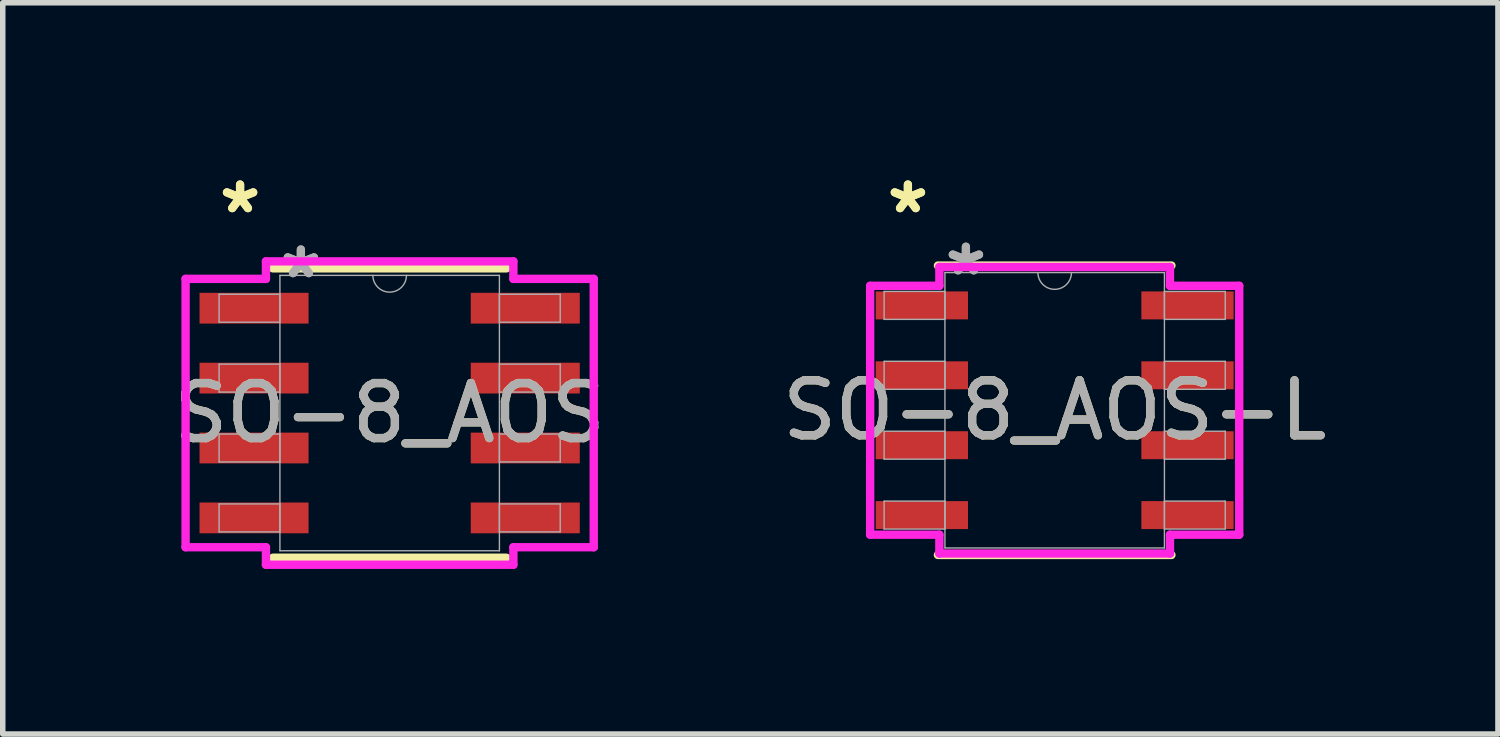
<source format=kicad_pcb>
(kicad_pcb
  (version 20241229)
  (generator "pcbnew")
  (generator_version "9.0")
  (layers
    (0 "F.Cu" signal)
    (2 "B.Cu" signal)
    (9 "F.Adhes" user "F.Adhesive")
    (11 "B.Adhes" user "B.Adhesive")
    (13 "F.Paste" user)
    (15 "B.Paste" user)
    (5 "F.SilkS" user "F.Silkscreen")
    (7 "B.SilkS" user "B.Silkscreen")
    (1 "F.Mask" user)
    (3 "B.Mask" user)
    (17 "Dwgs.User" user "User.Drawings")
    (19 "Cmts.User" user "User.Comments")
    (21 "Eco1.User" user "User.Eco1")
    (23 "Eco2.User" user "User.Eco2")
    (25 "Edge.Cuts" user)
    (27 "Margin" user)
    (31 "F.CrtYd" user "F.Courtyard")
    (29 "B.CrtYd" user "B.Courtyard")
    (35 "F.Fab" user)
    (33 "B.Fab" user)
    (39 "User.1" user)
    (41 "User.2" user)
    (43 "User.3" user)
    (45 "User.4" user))
  (footprint "SO-8_AOS"
    (layer "F.Cu")
    (at 4.03 4.455)
    (property "Reference" "SO-8_AOS" (at 0 0 0) (unlocked yes) (layer "F.SilkS") (effects (font (size 1 1) (thickness 0.15))))
    (attr smd)
    (fp_line (start -2.121 2.629) (end 2.121 2.629) (stroke (width 0.152) (type solid)) (layer "F.SilkS"))
    (fp_line (start 2.121 -2.629) (end -2.121 -2.629) (stroke (width 0.152) (type solid)) (layer "F.SilkS"))
    (fp_line (start -3.708 -2.438) (end -2.248 -2.438) (stroke (width 0.152) (type solid)) (layer "F.CrtYd"))
    (fp_line (start -3.708 2.438) (end -3.708 -2.438) (stroke (width 0.152) (type solid)) (layer "F.CrtYd"))
    (fp_line (start -3.708 2.438) (end -2.248 2.438) (stroke (width 0.152) (type solid)) (layer "F.CrtYd"))
    (fp_line (start -2.248 -2.756) (end 2.248 -2.756) (stroke (width 0.152) (type solid)) (layer "F.CrtYd"))
    (fp_line (start -2.248 -2.438) (end -2.248 -2.756) (stroke (width 0.152) (type solid)) (layer "F.CrtYd"))
    (fp_line (start -2.248 2.756) (end -2.248 2.438) (stroke (width 0.152) (type solid)) (layer "F.CrtYd"))
    (fp_line (start 2.248 -2.756) (end 2.248 -2.438) (stroke (width 0.152) (type solid)) (layer "F.CrtYd"))
    (fp_line (start 2.248 2.438) (end 2.248 2.756) (stroke (width 0.152) (type solid)) (layer "F.CrtYd"))
    (fp_line (start 2.248 2.756) (end -2.248 2.756) (stroke (width 0.152) (type solid)) (layer "F.CrtYd"))
    (fp_line (start 3.708 -2.438) (end 2.248 -2.438) (stroke (width 0.152) (type solid)) (layer "F.CrtYd"))
    (fp_line (start 3.708 -2.438) (end 3.708 2.438) (stroke (width 0.152) (type solid)) (layer "F.CrtYd"))
    (fp_line (start 3.708 2.438) (end 2.248 2.438) (stroke (width 0.152) (type solid)) (layer "F.CrtYd"))
    (fp_line (start -3.099 -2.159) (end -3.099 -1.651) (stroke (width 0.025) (type solid)) (layer "F.Fab"))
    (fp_line (start -3.099 -1.651) (end -1.994 -1.651) (stroke (width 0.025) (type solid)) (layer "F.Fab"))
    (fp_line (start -3.099 -0.889) (end -3.099 -0.381) (stroke (width 0.025) (type solid)) (layer "F.Fab"))
    (fp_line (start -3.099 -0.381) (end -1.994 -0.381) (stroke (width 0.025) (type solid)) (layer "F.Fab"))
    (fp_line (start -3.099 0.381) (end -3.099 0.889) (stroke (width 0.025) (type solid)) (layer "F.Fab"))
    (fp_line (start -3.099 0.889) (end -1.994 0.889) (stroke (width 0.025) (type solid)) (layer "F.Fab"))
    (fp_line (start -3.099 1.651) (end -3.099 2.159) (stroke (width 0.025) (type solid)) (layer "F.Fab"))
    (fp_line (start -3.099 2.159) (end -1.994 2.159) (stroke (width 0.025) (type solid)) (layer "F.Fab"))
    (fp_line (start -1.994 -2.502) (end -1.994 2.502) (stroke (width 0.025) (type solid)) (layer "F.Fab"))
    (fp_line (start -1.994 -2.159) (end -3.099 -2.159) (stroke (width 0.025) (type solid)) (layer "F.Fab"))
    (fp_line (start -1.994 -1.651) (end -1.994 -2.159) (stroke (width 0.025) (type solid)) (layer "F.Fab"))
    (fp_line (start -1.994 -0.889) (end -3.099 -0.889) (stroke (width 0.025) (type solid)) (layer "F.Fab"))
    (fp_line (start -1.994 -0.381) (end -1.994 -0.889) (stroke (width 0.025) (type solid)) (layer "F.Fab"))
    (fp_line (start -1.994 0.381) (end -3.099 0.381) (stroke (width 0.025) (type solid)) (layer "F.Fab"))
    (fp_line (start -1.994 0.889) (end -1.994 0.381) (stroke (width 0.025) (type solid)) (layer "F.Fab"))
    (fp_line (start -1.994 1.651) (end -3.099 1.651) (stroke (width 0.025) (type solid)) (layer "F.Fab"))
    (fp_line (start -1.994 2.159) (end -1.994 1.651) (stroke (width 0.025) (type solid)) (layer "F.Fab"))
    (fp_line (start -1.994 2.502) (end 1.994 2.502) (stroke (width 0.025) (type solid)) (layer "F.Fab"))
    (fp_line (start 1.994 -2.502) (end -1.994 -2.502) (stroke (width 0.025) (type solid)) (layer "F.Fab"))
    (fp_line (start 1.994 -2.159) (end 1.994 -1.651) (stroke (width 0.025) (type solid)) (layer "F.Fab"))
    (fp_line (start 1.994 -1.651) (end 3.099 -1.651) (stroke (width 0.025) (type solid)) (layer "F.Fab"))
    (fp_line (start 1.994 -0.889) (end 1.994 -0.381) (stroke (width 0.025) (type solid)) (layer "F.Fab"))
    (fp_line (start 1.994 -0.381) (end 3.099 -0.381) (stroke (width 0.025) (type solid)) (layer "F.Fab"))
    (fp_line (start 1.994 0.381) (end 1.994 0.889) (stroke (width 0.025) (type solid)) (layer "F.Fab"))
    (fp_line (start 1.994 0.889) (end 3.099 0.889) (stroke (width 0.025) (type solid)) (layer "F.Fab"))
    (fp_line (start 1.994 1.651) (end 1.994 2.159) (stroke (width 0.025) (type solid)) (layer "F.Fab"))
    (fp_line (start 1.994 2.159) (end 3.099 2.159) (stroke (width 0.025) (type solid)) (layer "F.Fab"))
    (fp_line (start 1.994 2.502) (end 1.994 -2.502) (stroke (width 0.025) (type solid)) (layer "F.Fab"))
    (fp_line (start 3.099 -2.159) (end 1.994 -2.159) (stroke (width 0.025) (type solid)) (layer "F.Fab"))
    (fp_line (start 3.099 -1.651) (end 3.099 -2.159) (stroke (width 0.025) (type solid)) (layer "F.Fab"))
    (fp_line (start 3.099 -0.889) (end 1.994 -0.889) (stroke (width 0.025) (type solid)) (layer "F.Fab"))
    (fp_line (start 3.099 -0.381) (end 3.099 -0.889) (stroke (width 0.025) (type solid)) (layer "F.Fab"))
    (fp_line (start 3.099 0.381) (end 1.994 0.381) (stroke (width 0.025) (type solid)) (layer "F.Fab"))
    (fp_line (start 3.099 0.889) (end 3.099 0.381) (stroke (width 0.025) (type solid)) (layer "F.Fab"))
    (fp_line (start 3.099 1.651) (end 1.994 1.651) (stroke (width 0.025) (type solid)) (layer "F.Fab"))
    (fp_line (start 3.099 2.159) (end 3.099 1.651) (stroke (width 0.025) (type solid)) (layer "F.Fab"))
    (fp_arc (start 0.3048 -2.5019) (mid 0 -2.1971) (end -0.3048 -2.5019) (stroke (width 0.0254) (type solid)) (layer "F.Fab"))
    (fp_text user "*" (at -2.718 -3.607 0) (layer "F.SilkS") (effects (font (size 1 1) (thickness 0.15))))
    (fp_text user "*" (at -2.718 -3.607 0) (unlocked yes) (layer "F.SilkS") (effects (font (size 1 1) (thickness 0.15))))
    (fp_text user "*" (at -1.613 -2.426 0) (unlocked yes) (layer "F.Fab") (effects (font (size 1 1) (thickness 0.15))))
    (fp_text user "*" (at -1.613 -2.426 0) (layer "F.Fab") (effects (font (size 1 1) (thickness 0.15))))
    (fp_text user "${REFERENCE}" (at 0 0 0) (unlocked yes) (layer "F.Fab") (effects (font (size 1 1) (thickness 0.15))))
    (pad "1" smd rect (at -2.464 -1.905) (size 1.981 0.559) (layers "F.Cu" "F.Mask" "F.Paste"))
    (pad "2" smd rect (at -2.464 -0.635) (size 1.981 0.559) (layers "F.Cu" "F.Mask" "F.Paste"))
    (pad "3" smd rect (at -2.464 0.635) (size 1.981 0.559) (layers "F.Cu" "F.Mask" "F.Paste"))
    (pad "4" smd rect (at -2.464 1.905) (size 1.981 0.559) (layers "F.Cu" "F.Mask" "F.Paste"))
    (pad "5" smd rect (at 2.464 1.905) (size 1.981 0.559) (layers "F.Cu" "F.Mask" "F.Paste"))
    (pad "6" smd rect (at 2.464 0.635) (size 1.981 0.559) (layers "F.Cu" "F.Mask" "F.Paste"))
    (pad "7" smd rect (at 2.464 -0.635) (size 1.981 0.559) (layers "F.Cu" "F.Mask" "F.Paste"))
    (pad "8" smd rect (at 2.464 -1.905) (size 1.981 0.559) (layers "F.Cu" "F.Mask" "F.Paste")))
  (footprint "SO-8_AOS-L"
    (layer "F.Cu")
    (at 16.113 4.404)
    (property "Reference" "SO-8_AOS-L" (at 0 0 0) (unlocked yes) (layer "F.SilkS") (effects (font (size 1 1) (thickness 0.15))))
    (attr smd)
    (fp_line (start -2.121 2.629) (end 2.121 2.629) (stroke (width 0.152) (type solid)) (layer "F.SilkS"))
    (fp_line (start 2.121 -2.629) (end -2.121 -2.629) (stroke (width 0.152) (type solid)) (layer "F.SilkS"))
    (fp_line (start -3.353 -2.261) (end -2.095 -2.261) (stroke (width 0.152) (type solid)) (layer "F.CrtYd"))
    (fp_line (start -3.353 2.261) (end -3.353 -2.261) (stroke (width 0.152) (type solid)) (layer "F.CrtYd"))
    (fp_line (start -3.353 2.261) (end -2.095 2.261) (stroke (width 0.152) (type solid)) (layer "F.CrtYd"))
    (fp_line (start -2.095 -2.603) (end 2.095 -2.603) (stroke (width 0.152) (type solid)) (layer "F.CrtYd"))
    (fp_line (start -2.095 -2.261) (end -2.095 -2.603) (stroke (width 0.152) (type solid)) (layer "F.CrtYd"))
    (fp_line (start -2.095 2.603) (end -2.095 2.261) (stroke (width 0.152) (type solid)) (layer "F.CrtYd"))
    (fp_line (start 2.095 -2.603) (end 2.095 -2.261) (stroke (width 0.152) (type solid)) (layer "F.CrtYd"))
    (fp_line (start 2.095 2.261) (end 2.095 2.603) (stroke (width 0.152) (type solid)) (layer "F.CrtYd"))
    (fp_line (start 2.095 2.603) (end -2.095 2.603) (stroke (width 0.152) (type solid)) (layer "F.CrtYd"))
    (fp_line (start 3.353 -2.261) (end 2.095 -2.261) (stroke (width 0.152) (type solid)) (layer "F.CrtYd"))
    (fp_line (start 3.353 -2.261) (end 3.353 2.261) (stroke (width 0.152) (type solid)) (layer "F.CrtYd"))
    (fp_line (start 3.353 2.261) (end 2.095 2.261) (stroke (width 0.152) (type solid)) (layer "F.CrtYd"))
    (fp_line (start -3.099 -2.159) (end -3.099 -1.651) (stroke (width 0.025) (type solid)) (layer "F.Fab"))
    (fp_line (start -3.099 -1.651) (end -1.994 -1.651) (stroke (width 0.025) (type solid)) (layer "F.Fab"))
    (fp_line (start -3.099 -0.889) (end -3.099 -0.381) (stroke (width 0.025) (type solid)) (layer "F.Fab"))
    (fp_line (start -3.099 -0.381) (end -1.994 -0.381) (stroke (width 0.025) (type solid)) (layer "F.Fab"))
    (fp_line (start -3.099 0.381) (end -3.099 0.889) (stroke (width 0.025) (type solid)) (layer "F.Fab"))
    (fp_line (start -3.099 0.889) (end -1.994 0.889) (stroke (width 0.025) (type solid)) (layer "F.Fab"))
    (fp_line (start -3.099 1.651) (end -3.099 2.159) (stroke (width 0.025) (type solid)) (layer "F.Fab"))
    (fp_line (start -3.099 2.159) (end -1.994 2.159) (stroke (width 0.025) (type solid)) (layer "F.Fab"))
    (fp_line (start -1.994 -2.502) (end -1.994 2.502) (stroke (width 0.025) (type solid)) (layer "F.Fab"))
    (fp_line (start -1.994 -2.159) (end -3.099 -2.159) (stroke (width 0.025) (type solid)) (layer "F.Fab"))
    (fp_line (start -1.994 -1.651) (end -1.994 -2.159) (stroke (width 0.025) (type solid)) (layer "F.Fab"))
    (fp_line (start -1.994 -0.889) (end -3.099 -0.889) (stroke (width 0.025) (type solid)) (layer "F.Fab"))
    (fp_line (start -1.994 -0.381) (end -1.994 -0.889) (stroke (width 0.025) (type solid)) (layer "F.Fab"))
    (fp_line (start -1.994 0.381) (end -3.099 0.381) (stroke (width 0.025) (type solid)) (layer "F.Fab"))
    (fp_line (start -1.994 0.889) (end -1.994 0.381) (stroke (width 0.025) (type solid)) (layer "F.Fab"))
    (fp_line (start -1.994 1.651) (end -3.099 1.651) (stroke (width 0.025) (type solid)) (layer "F.Fab"))
    (fp_line (start -1.994 2.159) (end -1.994 1.651) (stroke (width 0.025) (type solid)) (layer "F.Fab"))
    (fp_line (start -1.994 2.502) (end 1.994 2.502) (stroke (width 0.025) (type solid)) (layer "F.Fab"))
    (fp_line (start 1.994 -2.502) (end -1.994 -2.502) (stroke (width 0.025) (type solid)) (layer "F.Fab"))
    (fp_line (start 1.994 -2.159) (end 1.994 -1.651) (stroke (width 0.025) (type solid)) (layer "F.Fab"))
    (fp_line (start 1.994 -1.651) (end 3.099 -1.651) (stroke (width 0.025) (type solid)) (layer "F.Fab"))
    (fp_line (start 1.994 -0.889) (end 1.994 -0.381) (stroke (width 0.025) (type solid)) (layer "F.Fab"))
    (fp_line (start 1.994 -0.381) (end 3.099 -0.381) (stroke (width 0.025) (type solid)) (layer "F.Fab"))
    (fp_line (start 1.994 0.381) (end 1.994 0.889) (stroke (width 0.025) (type solid)) (layer "F.Fab"))
    (fp_line (start 1.994 0.889) (end 3.099 0.889) (stroke (width 0.025) (type solid)) (layer "F.Fab"))
    (fp_line (start 1.994 1.651) (end 1.994 2.159) (stroke (width 0.025) (type solid)) (layer "F.Fab"))
    (fp_line (start 1.994 2.159) (end 3.099 2.159) (stroke (width 0.025) (type solid)) (layer "F.Fab"))
    (fp_line (start 1.994 2.502) (end 1.994 -2.502) (stroke (width 0.025) (type solid)) (layer "F.Fab"))
    (fp_line (start 3.099 -2.159) (end 1.994 -2.159) (stroke (width 0.025) (type solid)) (layer "F.Fab"))
    (fp_line (start 3.099 -1.651) (end 3.099 -2.159) (stroke (width 0.025) (type solid)) (layer "F.Fab"))
    (fp_line (start 3.099 -0.889) (end 1.994 -0.889) (stroke (width 0.025) (type solid)) (layer "F.Fab"))
    (fp_line (start 3.099 -0.381) (end 3.099 -0.889) (stroke (width 0.025) (type solid)) (layer "F.Fab"))
    (fp_line (start 3.099 0.381) (end 1.994 0.381) (stroke (width 0.025) (type solid)) (layer "F.Fab"))
    (fp_line (start 3.099 0.889) (end 3.099 0.381) (stroke (width 0.025) (type solid)) (layer "F.Fab"))
    (fp_line (start 3.099 1.651) (end 1.994 1.651) (stroke (width 0.025) (type solid)) (layer "F.Fab"))
    (fp_line (start 3.099 2.159) (end 3.099 1.651) (stroke (width 0.025) (type solid)) (layer "F.Fab"))
    (fp_arc (start 0.3048 -2.5019) (mid 0 -2.1971) (end -0.3048 -2.5019) (stroke (width 0.0254) (type solid)) (layer "F.Fab"))
    (fp_text user "*" (at -2.667 -3.556 0) (layer "F.SilkS") (effects (font (size 1 1) (thickness 0.15))))
    (fp_text user "*" (at -2.667 -3.556 0) (unlocked yes) (layer "F.SilkS") (effects (font (size 1 1) (thickness 0.15))))
    (fp_text user "${REFERENCE}" (at 0 0 0) (unlocked yes) (layer "F.Fab") (effects (font (size 1 1) (thickness 0.15))))
    (fp_text user "*" (at -1.613 -2.426 0) (unlocked yes) (layer "F.Fab") (effects (font (size 1 1) (thickness 0.15))))
    (fp_text user "*" (at -1.613 -2.426 0) (layer "F.Fab") (effects (font (size 1 1) (thickness 0.15))))
    (pad "1" smd rect (at -2.413 -1.905) (size 1.676 0.508) (layers "F.Cu" "F.Mask" "F.Paste"))
    (pad "2" smd rect (at -2.413 -0.635) (size 1.676 0.508) (layers "F.Cu" "F.Mask" "F.Paste"))
    (pad "3" smd rect (at -2.413 0.635) (size 1.676 0.508) (layers "F.Cu" "F.Mask" "F.Paste"))
    (pad "4" smd rect (at -2.413 1.905) (size 1.676 0.508) (layers "F.Cu" "F.Mask" "F.Paste"))
    (pad "5" smd rect (at 2.413 1.905) (size 1.676 0.508) (layers "F.Cu" "F.Mask" "F.Paste"))
    (pad "6" smd rect (at 2.413 0.635) (size 1.676 0.508) (layers "F.Cu" "F.Mask" "F.Paste"))
    (pad "7" smd rect (at 2.413 -0.635) (size 1.676 0.508) (layers "F.Cu" "F.Mask" "F.Paste"))
    (pad "8" smd rect (at 2.413 -1.905) (size 1.676 0.508) (layers "F.Cu" "F.Mask" "F.Paste")))
  (gr_rect
    (start -3 -3)
    (end 24.167 10.287)
    (stroke (width 0.1) (type default))
    (fill no)
    (layer "Edge.Cuts")))
</source>
